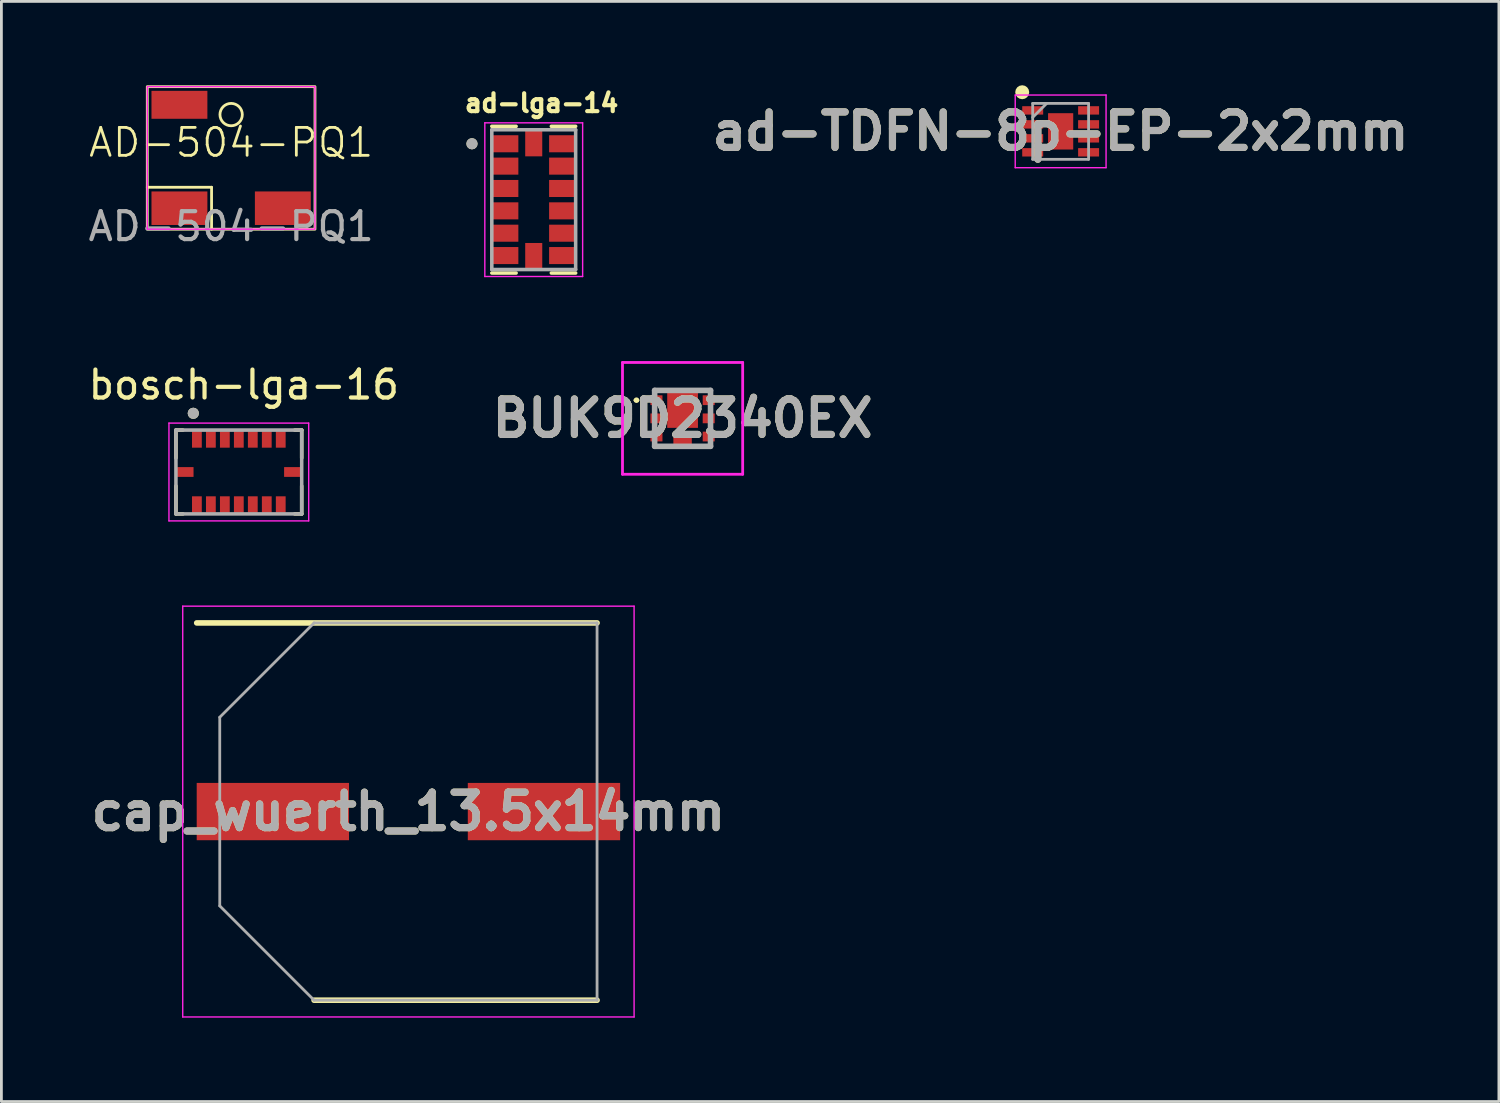
<source format=kicad_pcb>
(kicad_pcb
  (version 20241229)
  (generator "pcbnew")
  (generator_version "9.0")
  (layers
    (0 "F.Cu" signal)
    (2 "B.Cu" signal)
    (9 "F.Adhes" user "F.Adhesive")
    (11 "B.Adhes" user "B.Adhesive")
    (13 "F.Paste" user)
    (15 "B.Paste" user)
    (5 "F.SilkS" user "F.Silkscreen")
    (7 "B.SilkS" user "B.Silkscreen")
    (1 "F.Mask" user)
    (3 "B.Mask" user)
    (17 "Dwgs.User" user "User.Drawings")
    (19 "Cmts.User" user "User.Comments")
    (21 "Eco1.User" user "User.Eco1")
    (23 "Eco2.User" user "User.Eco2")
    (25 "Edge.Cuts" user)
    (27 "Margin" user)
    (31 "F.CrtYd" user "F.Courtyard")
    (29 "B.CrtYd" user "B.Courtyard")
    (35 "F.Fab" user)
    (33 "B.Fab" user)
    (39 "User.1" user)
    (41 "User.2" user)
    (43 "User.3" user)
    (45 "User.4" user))
  (footprint "cap_wuerth_13.5x14mm"
    (layer "F.Cu")
    (at 11.563 25.988)
    (property "Reference" "cap_wuerth_13.5x14mm" (at 0 0 0) (layer "F.SilkS") (effects (font (size 1.27 1.27) (thickness 0.254))))
    (attr smd)
    (fp_line (start -7.575 -6.75) (end 6.75 -6.75) (stroke (width 0.2) (type solid)) (layer "F.SilkS"))
    (fp_line (start -3.375 6.75) (end 6.75 6.75) (stroke (width 0.2) (type solid)) (layer "F.SilkS"))
    (fp_line (start -8.075 -7.35) (end 8.075 -7.35) (stroke (width 0.05) (type solid)) (layer "F.CrtYd"))
    (fp_line (start -8.075 7.35) (end -8.075 -7.35) (stroke (width 0.05) (type solid)) (layer "F.CrtYd"))
    (fp_line (start 8.075 -7.35) (end 8.075 7.35) (stroke (width 0.05) (type solid)) (layer "F.CrtYd"))
    (fp_line (start 8.075 7.35) (end -8.075 7.35) (stroke (width 0.05) (type solid)) (layer "F.CrtYd"))
    (fp_line (start -6.75 -3.375) (end -6.75 3.375) (stroke (width 0.1) (type solid)) (layer "F.Fab"))
    (fp_line (start -6.75 3.375) (end -3.375 6.75) (stroke (width 0.1) (type solid)) (layer "F.Fab"))
    (fp_line (start -3.375 -6.75) (end -6.75 -3.375) (stroke (width 0.1) (type solid)) (layer "F.Fab"))
    (fp_line (start -3.375 6.75) (end 6.75 6.75) (stroke (width 0.1) (type solid)) (layer "F.Fab"))
    (fp_line (start 6.75 -6.75) (end -3.375 -6.75) (stroke (width 0.1) (type solid)) (layer "F.Fab"))
    (fp_line (start 6.75 6.75) (end 6.75 -6.75) (stroke (width 0.1) (type solid)) (layer "F.Fab"))
    (fp_text user "${REFERENCE}" (at 0 0 0) (layer "F.Fab") (effects (font (size 1.27 1.27) (thickness 0.254))))
    (pad "1" smd rect (at -4.85 0 90) (size 2.05 5.45) (layers "F.Cu" "F.Mask" "F.Paste"))
    (pad "2" smd rect (at 4.85 0 90) (size 2.05 5.45) (layers "F.Cu" "F.Mask" "F.Paste")))
  (footprint "AD-504-PQ1"
    (layer "F.Cu")
    (at 5.22 2.55)
    (property "Reference" "AD-504-PQ1" (at 0 -0.5 0) (unlocked yes) (layer "F.SilkS") (effects (font (size 1 1) (thickness 0.1))))
    (attr smd)
    (fp_line (start -3 1.1) (end -0.7 1.1) (stroke (width 0.1) (type default)) (layer "F.SilkS"))
    (fp_line (start -0.7 1.1) (end -0.7 2.6) (stroke (width 0.1) (type default)) (layer "F.SilkS"))
    (fp_rect (start -3 -2.5) (end 3 2.6) (stroke (width 0.1) (type default)) (fill no) (layer "F.SilkS"))
    (fp_circle (center 0 -1.5) (end 0.4 -1.5) (stroke (width 0.1) (type default)) (fill no) (layer "F.SilkS"))
    (fp_rect (start -3 -2.5) (end 3 2.6) (stroke (width 0.05) (type default)) (fill no) (layer "F.CrtYd"))
    (fp_text user "${REFERENCE}" (at 0 2.5 0) (unlocked yes) (layer "F.Fab") (effects (font (size 1 1) (thickness 0.15))))
    (pad "1" smd rect (at -1.85 1.85) (size 2 1.2) (layers "F.Cu" "F.Mask" "F.Paste"))
    (pad "2" smd rect (at 1.85 1.85) (size 2 1.2) (layers "F.Cu" "F.Mask" "F.Paste"))
    (pad "3" smd rect (at -1.85 -1.85) (size 2 1) (layers "F.Cu" "F.Mask" "F.Paste")))
  (footprint "ad-lga-14"
    (layer "F.Cu")
    (at 16.047 4.094)
    (property "Reference" "ad-lga-14" (at 0.282 -3.456 0) (layer "F.SilkS") (effects (font (size 0.64 0.64) (thickness 0.15))))
    (attr smd)
    (fp_poly (pts (xy -1.52 -2.355) (xy -0.5 -2.355) (xy -0.5 -1.645) (xy -1.52 -1.645)) (stroke (width 0.01) (type solid)) (fill yes) (layer "F.Mask"))
    (fp_poly (pts (xy -1.52 -1.555) (xy -0.5 -1.555) (xy -0.5 -0.845) (xy -1.52 -0.845)) (stroke (width 0.01) (type solid)) (fill yes) (layer "F.Mask"))
    (fp_poly (pts (xy -1.52 -0.755) (xy -0.5 -0.755) (xy -0.5 -0.045) (xy -1.52 -0.045)) (stroke (width 0.01) (type solid)) (fill yes) (layer "F.Mask"))
    (fp_poly (pts (xy -1.52 0.045) (xy -0.5 0.045) (xy -0.5 0.755) (xy -1.52 0.755)) (stroke (width 0.01) (type solid)) (fill yes) (layer "F.Mask"))
    (fp_poly (pts (xy -1.52 0.845) (xy -0.5 0.845) (xy -0.5 1.555) (xy -1.52 1.555)) (stroke (width 0.01) (type solid)) (fill yes) (layer "F.Mask"))
    (fp_poly (pts (xy -1.52 1.645) (xy -0.5 1.645) (xy -0.5 2.355) (xy -1.52 2.355)) (stroke (width 0.01) (type solid)) (fill yes) (layer "F.Mask"))
    (fp_poly (pts (xy -0.355 -2.52) (xy 0.355 -2.52) (xy 0.355 -1.5) (xy -0.355 -1.5)) (stroke (width 0.01) (type solid)) (fill yes) (layer "F.Mask"))
    (fp_poly (pts (xy -0.355 1.5) (xy 0.355 1.5) (xy 0.355 2.52) (xy -0.355 2.52)) (stroke (width 0.01) (type solid)) (fill yes) (layer "F.Mask"))
    (fp_poly (pts (xy 0.5 -2.355) (xy 1.52 -2.355) (xy 1.52 -1.645) (xy 0.5 -1.645)) (stroke (width 0.01) (type solid)) (fill yes) (layer "F.Mask"))
    (fp_poly (pts (xy 0.5 -1.555) (xy 1.52 -1.555) (xy 1.52 -0.845) (xy 0.5 -0.845)) (stroke (width 0.01) (type solid)) (fill yes) (layer "F.Mask"))
    (fp_poly (pts (xy 0.5 -0.755) (xy 1.52 -0.755) (xy 1.52 -0.045) (xy 0.5 -0.045)) (stroke (width 0.01) (type solid)) (fill yes) (layer "F.Mask"))
    (fp_poly (pts (xy 0.5 0.045) (xy 1.52 0.045) (xy 1.52 0.755) (xy 0.5 0.755)) (stroke (width 0.01) (type solid)) (fill yes) (layer "F.Mask"))
    (fp_poly (pts (xy 0.5 0.845) (xy 1.52 0.845) (xy 1.52 1.555) (xy 0.5 1.555)) (stroke (width 0.01) (type solid)) (fill yes) (layer "F.Mask"))
    (fp_poly (pts (xy 0.5 1.645) (xy 1.52 1.645) (xy 1.52 2.355) (xy 0.5 2.355)) (stroke (width 0.01) (type solid)) (fill yes) (layer "F.Mask"))
    (fp_line (start -1.5 -2.625) (end -0.63 -2.625) (stroke (width 0.127) (type solid)) (layer "F.SilkS"))
    (fp_line (start -1.5 2.625) (end -0.63 2.625) (stroke (width 0.127) (type solid)) (layer "F.SilkS"))
    (fp_line (start 1.5 -2.625) (end 0.63 -2.625) (stroke (width 0.127) (type solid)) (layer "F.SilkS"))
    (fp_line (start 1.5 2.625) (end 0.63 2.625) (stroke (width 0.127) (type solid)) (layer "F.SilkS"))
    (fp_circle (center -2.21 -2) (end -2.11 -2) (stroke (width 0.2) (type solid)) (fill no) (layer "F.SilkS"))
    (fp_line (start -1.75 -2.75) (end -1.75 2.75) (stroke (width 0.05) (type solid)) (layer "F.CrtYd"))
    (fp_line (start -1.75 2.75) (end 1.75 2.75) (stroke (width 0.05) (type solid)) (layer "F.CrtYd"))
    (fp_line (start 1.75 -2.75) (end -1.75 -2.75) (stroke (width 0.05) (type solid)) (layer "F.CrtYd"))
    (fp_line (start 1.75 2.75) (end 1.75 -2.75) (stroke (width 0.05) (type solid)) (layer "F.CrtYd"))
    (fp_line (start -1.5 -2.5) (end 1.5 -2.5) (stroke (width 0.127) (type solid)) (layer "F.Fab"))
    (fp_line (start -1.5 2.5) (end -1.5 -2.5) (stroke (width 0.127) (type solid)) (layer "F.Fab"))
    (fp_line (start 1.5 -2.5) (end 1.5 2.5) (stroke (width 0.127) (type solid)) (layer "F.Fab"))
    (fp_line (start 1.5 2.5) (end -1.5 2.5) (stroke (width 0.127) (type solid)) (layer "F.Fab"))
    (fp_circle (center -2.21 -2) (end -2.11 -2) (stroke (width 0.2) (type solid)) (fill no) (layer "F.Fab"))
    (pad "1" smd rect (at -1.01 -2) (size 0.92 0.61) (layers "F.Cu" "F.Paste"))
    (pad "2" smd rect (at -1.01 -1.2) (size 0.92 0.61) (layers "F.Cu" "F.Paste"))
    (pad "3" smd rect (at -1.01 -0.4) (size 0.92 0.61) (layers "F.Cu" "F.Paste"))
    (pad "4" smd rect (at -1.01 0.4) (size 0.92 0.61) (layers "F.Cu" "F.Paste"))
    (pad "5" smd rect (at -1.01 1.2) (size 0.92 0.61) (layers "F.Cu" "F.Paste"))
    (pad "6" smd rect (at -1.01 2) (size 0.92 0.61) (layers "F.Cu" "F.Paste"))
    (pad "7" smd rect (at 0 2.01) (size 0.61 0.92) (layers "F.Cu" "F.Paste"))
    (pad "8" smd rect (at 1.01 2) (size 0.92 0.61) (layers "F.Cu" "F.Paste"))
    (pad "9" smd rect (at 1.01 1.2) (size 0.92 0.61) (layers "F.Cu" "F.Paste"))
    (pad "10" smd rect (at 1.01 0.4) (size 0.92 0.61) (layers "F.Cu" "F.Paste"))
    (pad "11" smd rect (at 1.01 -0.4) (size 0.92 0.61) (layers "F.Cu" "F.Paste"))
    (pad "12" smd rect (at 1.01 -1.2) (size 0.92 0.61) (layers "F.Cu" "F.Paste"))
    (pad "13" smd rect (at 1.01 -2) (size 0.92 0.61) (layers "F.Cu" "F.Paste"))
    (pad "14" smd rect (at 0 -2.01) (size 0.61 0.92) (layers "F.Cu" "F.Paste")))
  (footprint "ad-TDFN-8p-EP-2x2mm"
    (layer "F.Cu")
    (at 34.9 1.65)
    (property "Reference" "ad-TDFN-8p-EP-2x2mm" (at 0 0 0) (layer "F.SilkS") (effects (font (size 1.27 1.27) (thickness 0.254))))
    (attr smd)
    (fp_circle (center -1.375 -1.4) (end -1.375 -1.275) (stroke (width 0.25) (type solid)) (fill no) (layer "F.SilkS"))
    (fp_line (start -1.625 -1.3) (end 1.625 -1.3) (stroke (width 0.05) (type solid)) (layer "F.CrtYd"))
    (fp_line (start -1.625 1.3) (end -1.625 -1.3) (stroke (width 0.05) (type solid)) (layer "F.CrtYd"))
    (fp_line (start 1.625 -1.3) (end 1.625 1.3) (stroke (width 0.05) (type solid)) (layer "F.CrtYd"))
    (fp_line (start 1.625 1.3) (end -1.625 1.3) (stroke (width 0.05) (type solid)) (layer "F.CrtYd"))
    (fp_line (start -1 -1) (end 1 -1) (stroke (width 0.1) (type solid)) (layer "F.Fab"))
    (fp_line (start -1 -0.5) (end -0.5 -1) (stroke (width 0.1) (type solid)) (layer "F.Fab"))
    (fp_line (start -1 1) (end -1 -1) (stroke (width 0.1) (type solid)) (layer "F.Fab"))
    (fp_line (start 1 -1) (end 1 1) (stroke (width 0.1) (type solid)) (layer "F.Fab"))
    (fp_line (start 1 1) (end -1 1) (stroke (width 0.1) (type solid)) (layer "F.Fab"))
    (fp_text user "${REFERENCE}" (at 0 0 0) (layer "F.Fab") (effects (font (size 1.27 1.27) (thickness 0.254))))
    (pad "1" smd rect (at -1 -0.75 90) (size 0.3 0.75) (layers "F.Cu" "F.Mask" "F.Paste"))
    (pad "2" smd rect (at -1 -0.25 90) (size 0.3 0.75) (layers "F.Cu" "F.Mask" "F.Paste"))
    (pad "3" smd rect (at -1 0.25 90) (size 0.3 0.75) (layers "F.Cu" "F.Mask" "F.Paste"))
    (pad "4" smd rect (at -1 0.75 90) (size 0.3 0.75) (layers "F.Cu" "F.Mask" "F.Paste"))
    (pad "5" smd rect (at 1 0.75 90) (size 0.3 0.75) (layers "F.Cu" "F.Mask" "F.Paste"))
    (pad "6" smd rect (at 1 0.25 90) (size 0.3 0.75) (layers "F.Cu" "F.Mask" "F.Paste"))
    (pad "7" smd rect (at 1 -0.25 90) (size 0.3 0.75) (layers "F.Cu" "F.Mask" "F.Paste"))
    (pad "8" smd rect (at 1 -0.75 90) (size 0.3 0.75) (layers "F.Cu" "F.Mask" "F.Paste"))
    (pad "9" smd rect (at 0 0) (size 0.9 1.3) (layers "F.Cu" "F.Mask" "F.Paste")))
  (footprint "BUK9D2340EX"
    (layer "F.Cu")
    (at 21.373 11.919)
    (property "Reference" "BUK9D2340EX" (at 0 0 0) (layer "F.SilkS") (effects (font (size 1.27 1.27) (thickness 0.254))))
    (attr smd)
    (fp_line (start -1.7 -0.65) (end -1.7 -0.65) (stroke (width 0.1) (type solid)) (layer "F.SilkS"))
    (fp_line (start -1.6 -0.65) (end -1.6 -0.65) (stroke (width 0.1) (type solid)) (layer "F.SilkS"))
    (fp_arc (start -1.7 -0.65) (mid -1.65 -0.7) (end -1.6 -0.65) (stroke (width 0.1) (type solid)) (layer "F.SilkS"))
    (fp_arc (start -1.6 -0.65) (mid -1.65 -0.6) (end -1.7 -0.65) (stroke (width 0.1) (type solid)) (layer "F.SilkS"))
    (fp_line (start -2.15 -2) (end 2.15 -2) (stroke (width 0.1) (type solid)) (layer "F.CrtYd"))
    (fp_line (start -2.15 2) (end -2.15 -2) (stroke (width 0.1) (type solid)) (layer "F.CrtYd"))
    (fp_line (start 2.15 -2) (end 2.15 2) (stroke (width 0.1) (type solid)) (layer "F.CrtYd"))
    (fp_line (start 2.15 2) (end -2.15 2) (stroke (width 0.1) (type solid)) (layer "F.CrtYd"))
    (fp_line (start -1 -1) (end -1 1) (stroke (width 0.2) (type solid)) (layer "F.Fab"))
    (fp_line (start -1 1) (end 1 1) (stroke (width 0.2) (type solid)) (layer "F.Fab"))
    (fp_line (start 1 -1) (end -1 -1) (stroke (width 0.2) (type solid)) (layer "F.Fab"))
    (fp_line (start 1 1) (end 1 -1) (stroke (width 0.2) (type solid)) (layer "F.Fab"))
    (fp_text user "${REFERENCE}" (at 0 0 0) (layer "F.Fab") (effects (font (size 1.27 1.27) (thickness 0.254))))
    (pad "1" smd rect (at -0.935 -0.65 90) (size 0.35 0.43) (layers "F.Cu" "F.Mask" "F.Paste"))
    (pad "2" smd rect (at -0.935 0 90) (size 0.35 0.43) (layers "F.Cu" "F.Mask" "F.Paste"))
    (pad "3" smd rect (at -0.935 0.65 90) (size 0.35 0.43) (layers "F.Cu" "F.Mask" "F.Paste"))
    (pad "4" smd rect (at 0.935 0.65 90) (size 0.35 0.43) (layers "F.Cu" "F.Mask" "F.Paste"))
    (pad "5" smd rect (at 0.935 0 90) (size 0.35 0.43) (layers "F.Cu" "F.Mask" "F.Paste"))
    (pad "6" smd rect (at 0.935 -0.65 90) (size 0.35 0.43) (layers "F.Cu" "F.Mask" "F.Paste"))
    (pad "7" smd rect (at 0 -0.285) (size 1.1 1.25) (layers "F.Cu" "F.Mask" "F.Paste"))
    (pad "8" smd rect (at 0 0.775 90) (size 0.35 0.66) (layers "F.Cu" "F.Mask" "F.Paste")))
  (footprint "bosch-lga-16"
    (layer "F.Cu")
    (at 5.495 13.838)
    (property "Reference" "bosch-lga-16" (at 0.178 -3.121 0) (layer "F.SilkS") (effects (font (size 1 1) (thickness 0.15))))
    (attr smd)
    (fp_line (start -2.25 -1.5) (end -2 -1.5) (stroke (width 0.127) (type solid)) (layer "F.SilkS"))
    (fp_line (start -2.25 -0.5) (end -2.25 -1.5) (stroke (width 0.127) (type solid)) (layer "F.SilkS"))
    (fp_line (start -2.25 1.5) (end -2.25 0.5) (stroke (width 0.127) (type solid)) (layer "F.SilkS"))
    (fp_line (start -2 1.5) (end -2.25 1.5) (stroke (width 0.127) (type solid)) (layer "F.SilkS"))
    (fp_line (start 2.25 -1.5) (end 2 -1.5) (stroke (width 0.127) (type solid)) (layer "F.SilkS"))
    (fp_line (start 2.25 -0.5) (end 2.25 -1.5) (stroke (width 0.127) (type solid)) (layer "F.SilkS"))
    (fp_line (start 2.25 0.5) (end 2.25 1.5) (stroke (width 0.127) (type solid)) (layer "F.SilkS"))
    (fp_line (start 2.25 1.5) (end 2 1.5) (stroke (width 0.127) (type solid)) (layer "F.SilkS"))
    (fp_circle (center -1.629 -2.1) (end -1.529 -2.1) (stroke (width 0.2) (type solid)) (fill no) (layer "F.SilkS"))
    (fp_line (start -2.5 -1.75) (end 2.5 -1.75) (stroke (width 0.05) (type solid)) (layer "F.CrtYd"))
    (fp_line (start -2.5 1.75) (end -2.5 -1.75) (stroke (width 0.05) (type solid)) (layer "F.CrtYd"))
    (fp_line (start 2.5 -1.75) (end 2.5 1.75) (stroke (width 0.05) (type solid)) (layer "F.CrtYd"))
    (fp_line (start 2.5 1.75) (end -2.5 1.75) (stroke (width 0.05) (type solid)) (layer "F.CrtYd"))
    (fp_line (start -2.25 -1.5) (end 2.25 -1.5) (stroke (width 0.127) (type solid)) (layer "F.Fab"))
    (fp_line (start -2.25 1.5) (end -2.25 -1.5) (stroke (width 0.127) (type solid)) (layer "F.Fab"))
    (fp_line (start 2.25 -1.5) (end 2.25 1.5) (stroke (width 0.127) (type solid)) (layer "F.Fab"))
    (fp_line (start 2.25 1.5) (end -2.25 1.5) (stroke (width 0.127) (type solid)) (layer "F.Fab"))
    (fp_circle (center -1.629 -2.1) (end -1.529 -2.1) (stroke (width 0.2) (type solid)) (fill no) (layer "F.Fab"))
    (pad "1" smd rect (at -1.5 -1.165 270) (size 0.59 0.35) (layers "F.Cu" "F.Mask" "F.Paste"))
    (pad "2" smd rect (at -1 -1.165 270) (size 0.59 0.35) (layers "F.Cu" "F.Mask" "F.Paste"))
    (pad "3" smd rect (at -0.5 -1.165 270) (size 0.59 0.35) (layers "F.Cu" "F.Mask" "F.Paste"))
    (pad "4" smd rect (at 0 -1.165 270) (size 0.59 0.35) (layers "F.Cu" "F.Mask" "F.Paste"))
    (pad "5" smd rect (at 0.5 -1.165 270) (size 0.59 0.35) (layers "F.Cu" "F.Mask" "F.Paste"))
    (pad "6" smd rect (at 1 -1.165 270) (size 0.59 0.35) (layers "F.Cu" "F.Mask" "F.Paste"))
    (pad "7" smd rect (at 1.5 -1.165 270) (size 0.59 0.35) (layers "F.Cu" "F.Mask" "F.Paste"))
    (pad "8" smd rect (at 1.915 0 180) (size 0.59 0.35) (layers "F.Cu" "F.Mask" "F.Paste"))
    (pad "9" smd rect (at 1.5 1.165 90) (size 0.59 0.35) (layers "F.Cu" "F.Mask" "F.Paste"))
    (pad "10" smd rect (at 1 1.165 90) (size 0.59 0.35) (layers "F.Cu" "F.Mask" "F.Paste"))
    (pad "11" smd rect (at 0.5 1.165 90) (size 0.59 0.35) (layers "F.Cu" "F.Mask" "F.Paste"))
    (pad "12" smd rect (at 0 1.165 90) (size 0.59 0.35) (layers "F.Cu" "F.Mask" "F.Paste"))
    (pad "13" smd rect (at -0.5 1.165 90) (size 0.59 0.35) (layers "F.Cu" "F.Mask" "F.Paste"))
    (pad "14" smd rect (at -1 1.165 90) (size 0.59 0.35) (layers "F.Cu" "F.Mask" "F.Paste"))
    (pad "15" smd rect (at -1.5 1.165 90) (size 0.59 0.35) (layers "F.Cu" "F.Mask" "F.Paste"))
    (pad "16" smd rect (at -1.915 0) (size 0.59 0.35) (layers "F.Cu" "F.Mask" "F.Paste")))
  (gr_rect
    (start -3 -3)
    (end 50.581 36.363)
    (stroke (width 0.1) (type default))
    (fill no)
    (layer "Edge.Cuts")))
</source>
